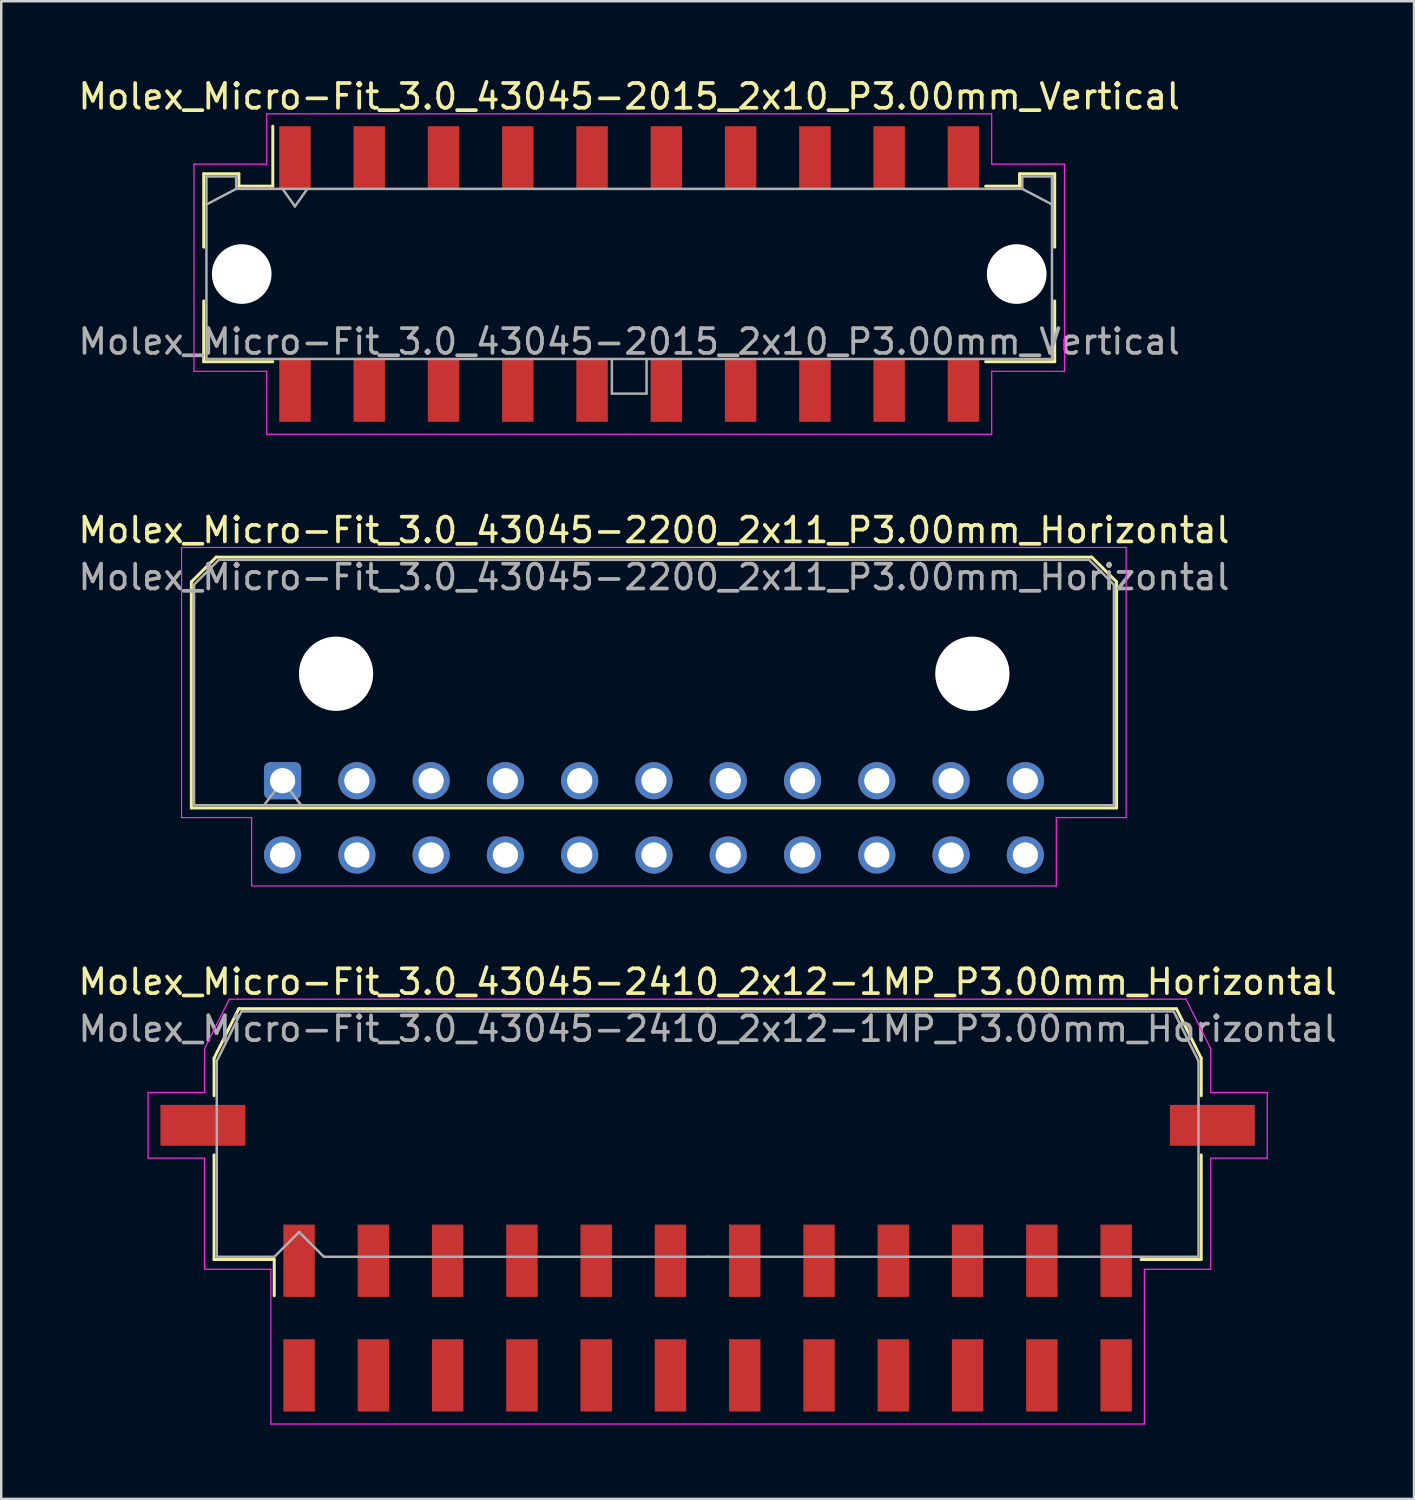
<source format=kicad_pcb>
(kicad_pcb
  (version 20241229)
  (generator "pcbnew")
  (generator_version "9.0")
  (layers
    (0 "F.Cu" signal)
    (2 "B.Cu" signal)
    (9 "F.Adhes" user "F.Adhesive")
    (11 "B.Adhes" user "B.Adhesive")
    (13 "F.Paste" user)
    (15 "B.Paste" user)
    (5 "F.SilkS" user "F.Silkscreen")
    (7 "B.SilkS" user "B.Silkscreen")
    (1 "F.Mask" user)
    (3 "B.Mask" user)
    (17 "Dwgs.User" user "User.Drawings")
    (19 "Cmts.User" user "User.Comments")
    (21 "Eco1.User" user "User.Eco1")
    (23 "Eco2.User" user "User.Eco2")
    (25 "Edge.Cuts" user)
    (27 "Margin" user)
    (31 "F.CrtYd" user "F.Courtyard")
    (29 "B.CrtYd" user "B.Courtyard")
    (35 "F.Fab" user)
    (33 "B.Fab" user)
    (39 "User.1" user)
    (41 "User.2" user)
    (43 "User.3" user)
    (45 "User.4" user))
  (footprint "Molex_Micro-Fit_3.0_43045-2015_2x10_P3.00mm_Vertical"
    (layer "F.Cu")
    (at 22.363 8.018)
    (property "Reference" "Molex_Micro-Fit_3.0_43045-2015_2x10_P3.00mm_Vertical" (at 0 -7.17 0) (layer "F.SilkS") (effects (font (size 1 1) (thickness 0.15))))
    (attr smd)
    (fp_line (start -17.185 -4.05) (end -15.765 -4.05) (stroke (width 0.12) (type solid)) (layer "F.SilkS"))
    (fp_line (start -17.185 -1.085) (end -17.185 -4.05) (stroke (width 0.12) (type solid)) (layer "F.SilkS"))
    (fp_line (start -17.185 1.085) (end -17.185 3.54) (stroke (width 0.12) (type solid)) (layer "F.SilkS"))
    (fp_line (start -17.185 3.54) (end -14.395 3.54) (stroke (width 0.12) (type solid)) (layer "F.SilkS"))
    (fp_line (start -15.765 -4.05) (end -15.765 -3.55) (stroke (width 0.12) (type solid)) (layer "F.SilkS"))
    (fp_line (start -15.765 -3.55) (end -14.395 -3.55) (stroke (width 0.12) (type solid)) (layer "F.SilkS"))
    (fp_line (start -14.395 -3.55) (end -14.395 -5.97) (stroke (width 0.12) (type solid)) (layer "F.SilkS"))
    (fp_line (start 15.765 -4.05) (end 15.765 -3.55) (stroke (width 0.12) (type solid)) (layer "F.SilkS"))
    (fp_line (start 15.765 -3.55) (end 14.395 -3.55) (stroke (width 0.12) (type solid)) (layer "F.SilkS"))
    (fp_line (start 17.185 -4.05) (end 15.765 -4.05) (stroke (width 0.12) (type solid)) (layer "F.SilkS"))
    (fp_line (start 17.185 -1.085) (end 17.185 -4.05) (stroke (width 0.12) (type solid)) (layer "F.SilkS"))
    (fp_line (start 17.185 1.085) (end 17.185 3.54) (stroke (width 0.12) (type solid)) (layer "F.SilkS"))
    (fp_line (start 17.185 3.54) (end 14.395 3.54) (stroke (width 0.12) (type solid)) (layer "F.SilkS"))
    (fp_line (start -17.58 -4.44) (end -17.58 3.93) (stroke (width 0.05) (type solid)) (layer "F.CrtYd"))
    (fp_line (start -17.58 3.93) (end -14.64 3.93) (stroke (width 0.05) (type solid)) (layer "F.CrtYd"))
    (fp_line (start -14.64 -6.47) (end -14.64 -4.44) (stroke (width 0.05) (type solid)) (layer "F.CrtYd"))
    (fp_line (start -14.64 -4.44) (end -17.58 -4.44) (stroke (width 0.05) (type solid)) (layer "F.CrtYd"))
    (fp_line (start -14.64 3.93) (end -14.64 6.47) (stroke (width 0.05) (type solid)) (layer "F.CrtYd"))
    (fp_line (start -14.64 6.47) (end 0 6.47) (stroke (width 0.05) (type solid)) (layer "F.CrtYd"))
    (fp_line (start 0 -6.47) (end -14.64 -6.47) (stroke (width 0.05) (type solid)) (layer "F.CrtYd"))
    (fp_line (start 0 -6.47) (end 14.64 -6.47) (stroke (width 0.05) (type solid)) (layer "F.CrtYd"))
    (fp_line (start 14.64 -6.47) (end 14.64 -4.44) (stroke (width 0.05) (type solid)) (layer "F.CrtYd"))
    (fp_line (start 14.64 -4.44) (end 17.58 -4.44) (stroke (width 0.05) (type solid)) (layer "F.CrtYd"))
    (fp_line (start 14.64 3.93) (end 14.64 6.47) (stroke (width 0.05) (type solid)) (layer "F.CrtYd"))
    (fp_line (start 14.64 6.47) (end 0 6.47) (stroke (width 0.05) (type solid)) (layer "F.CrtYd"))
    (fp_line (start 17.58 -4.44) (end 17.58 3.93) (stroke (width 0.05) (type solid)) (layer "F.CrtYd"))
    (fp_line (start 17.58 3.93) (end 14.64 3.93) (stroke (width 0.05) (type solid)) (layer "F.CrtYd"))
    (fp_line (start -17.075 -3.94) (end -17.075 3.43) (stroke (width 0.1) (type solid)) (layer "F.Fab"))
    (fp_line (start -17.075 -2.81) (end -15.875 -3.44) (stroke (width 0.1) (type solid)) (layer "F.Fab"))
    (fp_line (start -17.075 3.43) (end 17.075 3.43) (stroke (width 0.1) (type solid)) (layer "F.Fab"))
    (fp_line (start -15.875 -3.94) (end -17.075 -3.94) (stroke (width 0.1) (type solid)) (layer "F.Fab"))
    (fp_line (start -15.875 -3.44) (end -15.875 -3.94) (stroke (width 0.1) (type solid)) (layer "F.Fab"))
    (fp_line (start -14 -3.44) (end -13.5 -2.733) (stroke (width 0.1) (type solid)) (layer "F.Fab"))
    (fp_line (start -13.5 -2.733) (end -13 -3.44) (stroke (width 0.1) (type solid)) (layer "F.Fab"))
    (fp_line (start -0.7 3.43) (end -0.7 4.83) (stroke (width 0.1) (type solid)) (layer "F.Fab"))
    (fp_line (start -0.7 4.83) (end 0.7 4.83) (stroke (width 0.1) (type solid)) (layer "F.Fab"))
    (fp_line (start 0.7 4.83) (end 0.7 3.43) (stroke (width 0.1) (type solid)) (layer "F.Fab"))
    (fp_line (start 15.875 -3.94) (end 15.875 -3.44) (stroke (width 0.1) (type solid)) (layer "F.Fab"))
    (fp_line (start 15.875 -3.44) (end -15.875 -3.44) (stroke (width 0.1) (type solid)) (layer "F.Fab"))
    (fp_line (start 17.075 -3.94) (end 15.875 -3.94) (stroke (width 0.1) (type solid)) (layer "F.Fab"))
    (fp_line (start 17.075 -2.81) (end 15.875 -3.44) (stroke (width 0.1) (type solid)) (layer "F.Fab"))
    (fp_line (start 17.075 3.43) (end 17.075 -3.94) (stroke (width 0.1) (type solid)) (layer "F.Fab"))
    (fp_text user "${REFERENCE}" (at 0 2.73 0) (layer "F.Fab") (effects (font (size 1 1) (thickness 0.15))))
    (pad "" np_thru_hole circle (at -15.65 0) (size 2.41 2.41) (drill 2.41) (layers "*.Cu" "*.Mask"))
    (pad "" np_thru_hole circle (at 15.65 0) (size 2.41 2.41) (drill 2.41) (layers "*.Cu" "*.Mask"))
    (pad "1" smd rect (at -13.5 -4.7) (size 1.27 2.54) (layers "F.Cu" "F.Mask" "F.Paste"))
    (pad "2" smd rect (at -10.5 -4.7) (size 1.27 2.54) (layers "F.Cu" "F.Mask" "F.Paste"))
    (pad "3" smd rect (at -7.5 -4.7) (size 1.27 2.54) (layers "F.Cu" "F.Mask" "F.Paste"))
    (pad "4" smd rect (at -4.5 -4.7) (size 1.27 2.54) (layers "F.Cu" "F.Mask" "F.Paste"))
    (pad "5" smd rect (at -1.5 -4.7) (size 1.27 2.54) (layers "F.Cu" "F.Mask" "F.Paste"))
    (pad "6" smd rect (at 1.5 -4.7) (size 1.27 2.54) (layers "F.Cu" "F.Mask" "F.Paste"))
    (pad "7" smd rect (at 4.5 -4.7) (size 1.27 2.54) (layers "F.Cu" "F.Mask" "F.Paste"))
    (pad "8" smd rect (at 7.5 -4.7) (size 1.27 2.54) (layers "F.Cu" "F.Mask" "F.Paste"))
    (pad "9" smd rect (at 10.5 -4.7) (size 1.27 2.54) (layers "F.Cu" "F.Mask" "F.Paste"))
    (pad "10" smd rect (at 13.5 -4.7) (size 1.27 2.54) (layers "F.Cu" "F.Mask" "F.Paste"))
    (pad "11" smd rect (at -13.5 4.7) (size 1.27 2.54) (layers "F.Cu" "F.Mask" "F.Paste"))
    (pad "12" smd rect (at -10.5 4.7) (size 1.27 2.54) (layers "F.Cu" "F.Mask" "F.Paste"))
    (pad "13" smd rect (at -7.5 4.7) (size 1.27 2.54) (layers "F.Cu" "F.Mask" "F.Paste"))
    (pad "14" smd rect (at -4.5 4.7) (size 1.27 2.54) (layers "F.Cu" "F.Mask" "F.Paste"))
    (pad "15" smd rect (at -1.5 4.7) (size 1.27 2.54) (layers "F.Cu" "F.Mask" "F.Paste"))
    (pad "16" smd rect (at 1.5 4.7) (size 1.27 2.54) (layers "F.Cu" "F.Mask" "F.Paste"))
    (pad "17" smd rect (at 4.5 4.7) (size 1.27 2.54) (layers "F.Cu" "F.Mask" "F.Paste"))
    (pad "18" smd rect (at 7.5 4.7) (size 1.27 2.54) (layers "F.Cu" "F.Mask" "F.Paste"))
    (pad "19" smd rect (at 10.5 4.7) (size 1.27 2.54) (layers "F.Cu" "F.Mask" "F.Paste"))
    (pad "20" smd rect (at 13.5 4.7) (size 1.27 2.54) (layers "F.Cu" "F.Mask" "F.Paste")))
  (footprint "Molex_Micro-Fit_3.0_43045-2410_2x12-1MP_P3.00mm_Horizontal"
    (layer "F.Cu")
    (at 25.53 50.185)
    (property "Reference" "Molex_Micro-Fit_3.0_43045-2410_2x12-1MP_P3.00mm_Horizontal" (at 0 -13.58 0) (layer "F.SilkS") (effects (font (size 1 1) (thickness 0.15))))
    (attr smd)
    (fp_line (start -19.935 -10.495) (end -19.935 -8.98) (stroke (width 0.12) (type solid)) (layer "F.SilkS"))
    (fp_line (start -19.935 -6.59) (end -19.935 -2.365) (stroke (width 0.12) (type solid)) (layer "F.SilkS"))
    (fp_line (start -19.935 -2.365) (end -17.505 -2.365) (stroke (width 0.12) (type solid)) (layer "F.SilkS"))
    (fp_line (start -18.935 -12.495) (end -19.935 -10.495) (stroke (width 0.12) (type solid)) (layer "F.SilkS"))
    (fp_line (start -17.505 -2.365) (end -17.505 -0.905) (stroke (width 0.12) (type solid)) (layer "F.SilkS"))
    (fp_line (start 0 -12.495) (end -18.935 -12.495) (stroke (width 0.12) (type solid)) (layer "F.SilkS"))
    (fp_line (start 0 -12.495) (end 18.935 -12.495) (stroke (width 0.12) (type solid)) (layer "F.SilkS"))
    (fp_line (start 18.935 -12.495) (end 19.935 -10.495) (stroke (width 0.12) (type solid)) (layer "F.SilkS"))
    (fp_line (start 19.935 -10.495) (end 19.935 -8.98) (stroke (width 0.12) (type solid)) (layer "F.SilkS"))
    (fp_line (start 19.935 -6.59) (end 19.935 -2.365) (stroke (width 0.12) (type solid)) (layer "F.SilkS"))
    (fp_line (start 19.935 -2.365) (end 17.505 -2.365) (stroke (width 0.12) (type solid)) (layer "F.SilkS"))
    (fp_line (start -22.6 -9.11) (end -22.6 -6.46) (stroke (width 0.05) (type solid)) (layer "F.CrtYd"))
    (fp_line (start -22.6 -6.46) (end -20.32 -6.46) (stroke (width 0.05) (type solid)) (layer "F.CrtYd"))
    (fp_line (start -20.32 -10.88) (end -20.32 -9.11) (stroke (width 0.05) (type solid)) (layer "F.CrtYd"))
    (fp_line (start -20.32 -9.11) (end -22.6 -9.11) (stroke (width 0.05) (type solid)) (layer "F.CrtYd"))
    (fp_line (start -20.32 -6.46) (end -20.32 -1.97) (stroke (width 0.05) (type solid)) (layer "F.CrtYd"))
    (fp_line (start -20.32 -1.97) (end -17.64 -1.97) (stroke (width 0.05) (type solid)) (layer "F.CrtYd"))
    (fp_line (start -19.32 -12.88) (end -20.32 -10.88) (stroke (width 0.05) (type solid)) (layer "F.CrtYd"))
    (fp_line (start -17.64 -1.97) (end -17.64 4.28) (stroke (width 0.05) (type solid)) (layer "F.CrtYd"))
    (fp_line (start -17.64 4.28) (end 0 4.28) (stroke (width 0.05) (type solid)) (layer "F.CrtYd"))
    (fp_line (start 0 -12.88) (end -19.32 -12.88) (stroke (width 0.05) (type solid)) (layer "F.CrtYd"))
    (fp_line (start 0 -12.88) (end 19.32 -12.88) (stroke (width 0.05) (type solid)) (layer "F.CrtYd"))
    (fp_line (start 17.64 -1.97) (end 17.64 4.28) (stroke (width 0.05) (type solid)) (layer "F.CrtYd"))
    (fp_line (start 17.64 4.28) (end 0 4.28) (stroke (width 0.05) (type solid)) (layer "F.CrtYd"))
    (fp_line (start 19.32 -12.88) (end 20.32 -10.88) (stroke (width 0.05) (type solid)) (layer "F.CrtYd"))
    (fp_line (start 20.32 -10.88) (end 20.32 -9.11) (stroke (width 0.05) (type solid)) (layer "F.CrtYd"))
    (fp_line (start 20.32 -9.11) (end 22.6 -9.11) (stroke (width 0.05) (type solid)) (layer "F.CrtYd"))
    (fp_line (start 20.32 -6.46) (end 20.32 -1.97) (stroke (width 0.05) (type solid)) (layer "F.CrtYd"))
    (fp_line (start 20.32 -1.97) (end 17.64 -1.97) (stroke (width 0.05) (type solid)) (layer "F.CrtYd"))
    (fp_line (start 22.6 -9.11) (end 22.6 -6.46) (stroke (width 0.05) (type solid)) (layer "F.CrtYd"))
    (fp_line (start 22.6 -6.46) (end 20.32 -6.46) (stroke (width 0.05) (type solid)) (layer "F.CrtYd"))
    (fp_line (start -19.825 -10.385) (end -19.825 -8.61) (stroke (width 0.1) (type solid)) (layer "F.Fab"))
    (fp_line (start -19.825 -8.61) (end -19.825 -2.475) (stroke (width 0.1) (type solid)) (layer "F.Fab"))
    (fp_line (start -19.825 -2.475) (end -17.5 -2.475) (stroke (width 0.1) (type solid)) (layer "F.Fab"))
    (fp_line (start -18.825 -12.385) (end -19.825 -10.385) (stroke (width 0.1) (type solid)) (layer "F.Fab"))
    (fp_line (start -17.5 -2.475) (end -16.5 -3.475) (stroke (width 0.1) (type solid)) (layer "F.Fab"))
    (fp_line (start -16.5 -3.475) (end -15.5 -2.475) (stroke (width 0.1) (type solid)) (layer "F.Fab"))
    (fp_line (start -15.5 -2.475) (end 0 -2.475) (stroke (width 0.1) (type solid)) (layer "F.Fab"))
    (fp_line (start 0 -12.385) (end -18.825 -12.385) (stroke (width 0.1) (type solid)) (layer "F.Fab"))
    (fp_line (start 0 -12.385) (end 18.825 -12.385) (stroke (width 0.1) (type solid)) (layer "F.Fab"))
    (fp_line (start 17.135 -2.475) (end 0 -2.475) (stroke (width 0.1) (type solid)) (layer "F.Fab"))
    (fp_line (start 18.825 -12.385) (end 19.825 -10.385) (stroke (width 0.1) (type solid)) (layer "F.Fab"))
    (fp_line (start 19.825 -10.385) (end 19.825 -8.61) (stroke (width 0.1) (type solid)) (layer "F.Fab"))
    (fp_line (start 19.825 -8.61) (end 19.825 -2.475) (stroke (width 0.1) (type solid)) (layer "F.Fab"))
    (fp_line (start 19.825 -2.475) (end 17.135 -2.475) (stroke (width 0.1) (type solid)) (layer "F.Fab"))
    (fp_text user "${REFERENCE}" (at 0 -11.68 0) (layer "F.Fab") (effects (font (size 1 1) (thickness 0.15))))
    (pad "1" smd rect (at -16.5 -2.315) (size 1.27 2.92) (layers "F.Cu" "F.Mask" "F.Paste"))
    (pad "2" smd rect (at -13.5 -2.315) (size 1.27 2.92) (layers "F.Cu" "F.Mask" "F.Paste"))
    (pad "3" smd rect (at -10.5 -2.315) (size 1.27 2.92) (layers "F.Cu" "F.Mask" "F.Paste"))
    (pad "4" smd rect (at -7.5 -2.315) (size 1.27 2.92) (layers "F.Cu" "F.Mask" "F.Paste"))
    (pad "5" smd rect (at -4.5 -2.315) (size 1.27 2.92) (layers "F.Cu" "F.Mask" "F.Paste"))
    (pad "6" smd rect (at -1.5 -2.315) (size 1.27 2.92) (layers "F.Cu" "F.Mask" "F.Paste"))
    (pad "7" smd rect (at 1.5 -2.315) (size 1.27 2.92) (layers "F.Cu" "F.Mask" "F.Paste"))
    (pad "8" smd rect (at 4.5 -2.315) (size 1.27 2.92) (layers "F.Cu" "F.Mask" "F.Paste"))
    (pad "9" smd rect (at 7.5 -2.315) (size 1.27 2.92) (layers "F.Cu" "F.Mask" "F.Paste"))
    (pad "10" smd rect (at 10.5 -2.315) (size 1.27 2.92) (layers "F.Cu" "F.Mask" "F.Paste"))
    (pad "11" smd rect (at 13.5 -2.315) (size 1.27 2.92) (layers "F.Cu" "F.Mask" "F.Paste"))
    (pad "12" smd rect (at 16.5 -2.315) (size 1.27 2.92) (layers "F.Cu" "F.Mask" "F.Paste"))
    (pad "13" smd rect (at -16.5 2.315) (size 1.27 2.92) (layers "F.Cu" "F.Mask" "F.Paste"))
    (pad "14" smd rect (at -13.5 2.315) (size 1.27 2.92) (layers "F.Cu" "F.Mask" "F.Paste"))
    (pad "15" smd rect (at -10.5 2.315) (size 1.27 2.92) (layers "F.Cu" "F.Mask" "F.Paste"))
    (pad "16" smd rect (at -7.5 2.315) (size 1.27 2.92) (layers "F.Cu" "F.Mask" "F.Paste"))
    (pad "17" smd rect (at -4.5 2.315) (size 1.27 2.92) (layers "F.Cu" "F.Mask" "F.Paste"))
    (pad "18" smd rect (at -1.5 2.315) (size 1.27 2.92) (layers "F.Cu" "F.Mask" "F.Paste"))
    (pad "19" smd rect (at 1.5 2.315) (size 1.27 2.92) (layers "F.Cu" "F.Mask" "F.Paste"))
    (pad "20" smd rect (at 4.5 2.315) (size 1.27 2.92) (layers "F.Cu" "F.Mask" "F.Paste"))
    (pad "21" smd rect (at 7.5 2.315) (size 1.27 2.92) (layers "F.Cu" "F.Mask" "F.Paste"))
    (pad "22" smd rect (at 10.5 2.315) (size 1.27 2.92) (layers "F.Cu" "F.Mask" "F.Paste"))
    (pad "23" smd rect (at 13.5 2.315) (size 1.27 2.92) (layers "F.Cu" "F.Mask" "F.Paste"))
    (pad "24" smd rect (at 16.5 2.315) (size 1.27 2.92) (layers "F.Cu" "F.Mask" "F.Paste"))
    (pad "MP" smd rect (at -20.385 -7.785) (size 3.43 1.65) (layers "F.Cu" "F.Mask" "F.Paste"))
    (pad "MP" smd rect (at 20.385 -7.785) (size 3.43 1.65) (layers "F.Cu" "F.Mask" "F.Paste")))
  (footprint "Molex_Micro-Fit_3.0_43045-2200_2x11_P3.00mm_Horizontal"
    (layer "F.Cu")
    (at 8.363 28.482)
    (property "Reference" "Molex_Micro-Fit_3.0_43045-2200_2x11_P3.00mm_Horizontal" (at 15 -10.12 0) (layer "F.SilkS") (effects (font (size 1 1) (thickness 0.15))))
    (attr through_hole)
    (fp_line (start -3.685 -8.03) (end -2.685 -9.03) (stroke (width 0.12) (type solid)) (layer "F.SilkS"))
    (fp_line (start -3.685 1.1) (end -3.685 -8.03) (stroke (width 0.12) (type solid)) (layer "F.SilkS"))
    (fp_line (start -2.685 -9.03) (end 32.685 -9.03) (stroke (width 0.12) (type solid)) (layer "F.SilkS"))
    (fp_line (start 32.685 -9.03) (end 33.685 -8.03) (stroke (width 0.12) (type solid)) (layer "F.SilkS"))
    (fp_line (start 33.685 -8.03) (end 33.685 1.1) (stroke (width 0.12) (type solid)) (layer "F.SilkS"))
    (fp_line (start 33.685 1.1) (end -3.685 1.1) (stroke (width 0.12) (type solid)) (layer "F.SilkS"))
    (fp_line (start -4.08 -9.42) (end 34.07 -9.42) (stroke (width 0.05) (type solid)) (layer "F.CrtYd"))
    (fp_line (start -4.08 1.49) (end -4.08 -9.42) (stroke (width 0.05) (type solid)) (layer "F.CrtYd"))
    (fp_line (start -1.25 1.49) (end -4.08 1.49) (stroke (width 0.05) (type solid)) (layer "F.CrtYd"))
    (fp_line (start -1.25 4.25) (end -1.25 1.49) (stroke (width 0.05) (type solid)) (layer "F.CrtYd"))
    (fp_line (start 31.25 1.49) (end 31.25 4.25) (stroke (width 0.05) (type solid)) (layer "F.CrtYd"))
    (fp_line (start 31.25 4.25) (end -1.25 4.25) (stroke (width 0.05) (type solid)) (layer "F.CrtYd"))
    (fp_line (start 34.07 -9.42) (end 34.07 1.49) (stroke (width 0.05) (type solid)) (layer "F.CrtYd"))
    (fp_line (start 34.07 1.49) (end 31.25 1.49) (stroke (width 0.05) (type solid)) (layer "F.CrtYd"))
    (fp_line (start -3.575 -7.92) (end -2.575 -8.92) (stroke (width 0.1) (type solid)) (layer "F.Fab"))
    (fp_line (start -3.575 0.99) (end -3.575 -7.92) (stroke (width 0.1) (type solid)) (layer "F.Fab"))
    (fp_line (start -2.575 -8.92) (end 32.575 -8.92) (stroke (width 0.1) (type solid)) (layer "F.Fab"))
    (fp_line (start -0.75 0.99) (end 0 0) (stroke (width 0.1) (type solid)) (layer "F.Fab"))
    (fp_line (start 0 0) (end 0.75 0.99) (stroke (width 0.1) (type solid)) (layer "F.Fab"))
    (fp_line (start 32.575 -8.92) (end 33.575 -7.92) (stroke (width 0.1) (type solid)) (layer "F.Fab"))
    (fp_line (start 33.575 -7.92) (end 33.575 0.99) (stroke (width 0.1) (type solid)) (layer "F.Fab"))
    (fp_line (start 33.575 0.99) (end -3.575 0.99) (stroke (width 0.1) (type solid)) (layer "F.Fab"))
    (fp_text user "${REFERENCE}" (at 15 -8.22 0) (layer "F.Fab") (effects (font (size 1 1) (thickness 0.15))))
    (pad "" np_thru_hole circle (at 2.16 -4.32) (size 3 3) (drill 3) (layers "*.Cu" "*.Mask"))
    (pad "" np_thru_hole circle (at 27.86 -4.32) (size 3 3) (drill 3) (layers "*.Cu" "*.Mask"))
    (pad "1" thru_hole roundrect (at 0 0) (size 1.5 1.5) (drill 1.02) (layers "*.Cu" "*.Mask") (roundrect_rratio 0.167))
    (pad "2" thru_hole circle (at 3 0) (size 1.5 1.5) (drill 1.02) (layers "*.Cu" "*.Mask"))
    (pad "3" thru_hole circle (at 6 0) (size 1.5 1.5) (drill 1.02) (layers "*.Cu" "*.Mask"))
    (pad "4" thru_hole circle (at 9 0) (size 1.5 1.5) (drill 1.02) (layers "*.Cu" "*.Mask"))
    (pad "5" thru_hole circle (at 12 0) (size 1.5 1.5) (drill 1.02) (layers "*.Cu" "*.Mask"))
    (pad "6" thru_hole circle (at 15 0) (size 1.5 1.5) (drill 1.02) (layers "*.Cu" "*.Mask"))
    (pad "7" thru_hole circle (at 18 0) (size 1.5 1.5) (drill 1.02) (layers "*.Cu" "*.Mask"))
    (pad "8" thru_hole circle (at 21 0) (size 1.5 1.5) (drill 1.02) (layers "*.Cu" "*.Mask"))
    (pad "9" thru_hole circle (at 24 0) (size 1.5 1.5) (drill 1.02) (layers "*.Cu" "*.Mask"))
    (pad "10" thru_hole circle (at 27 0) (size 1.5 1.5) (drill 1.02) (layers "*.Cu" "*.Mask"))
    (pad "11" thru_hole circle (at 30 0) (size 1.5 1.5) (drill 1.02) (layers "*.Cu" "*.Mask"))
    (pad "12" thru_hole circle (at 0 3) (size 1.5 1.5) (drill 1.02) (layers "*.Cu" "*.Mask"))
    (pad "13" thru_hole circle (at 3 3) (size 1.5 1.5) (drill 1.02) (layers "*.Cu" "*.Mask"))
    (pad "14" thru_hole circle (at 6 3) (size 1.5 1.5) (drill 1.02) (layers "*.Cu" "*.Mask"))
    (pad "15" thru_hole circle (at 9 3) (size 1.5 1.5) (drill 1.02) (layers "*.Cu" "*.Mask"))
    (pad "16" thru_hole circle (at 12 3) (size 1.5 1.5) (drill 1.02) (layers "*.Cu" "*.Mask"))
    (pad "17" thru_hole circle (at 15 3) (size 1.5 1.5) (drill 1.02) (layers "*.Cu" "*.Mask"))
    (pad "18" thru_hole circle (at 18 3) (size 1.5 1.5) (drill 1.02) (layers "*.Cu" "*.Mask"))
    (pad "19" thru_hole circle (at 21 3) (size 1.5 1.5) (drill 1.02) (layers "*.Cu" "*.Mask"))
    (pad "20" thru_hole circle (at 24 3) (size 1.5 1.5) (drill 1.02) (layers "*.Cu" "*.Mask"))
    (pad "21" thru_hole circle (at 27 3) (size 1.5 1.5) (drill 1.02) (layers "*.Cu" "*.Mask"))
    (pad "22" thru_hole circle (at 30 3) (size 1.5 1.5) (drill 1.02) (layers "*.Cu" "*.Mask")))
  (gr_rect
    (start -3 -3)
    (end 54.06 57.49)
    (stroke (width 0.1) (type default))
    (fill no)
    (layer "Edge.Cuts")))
</source>
